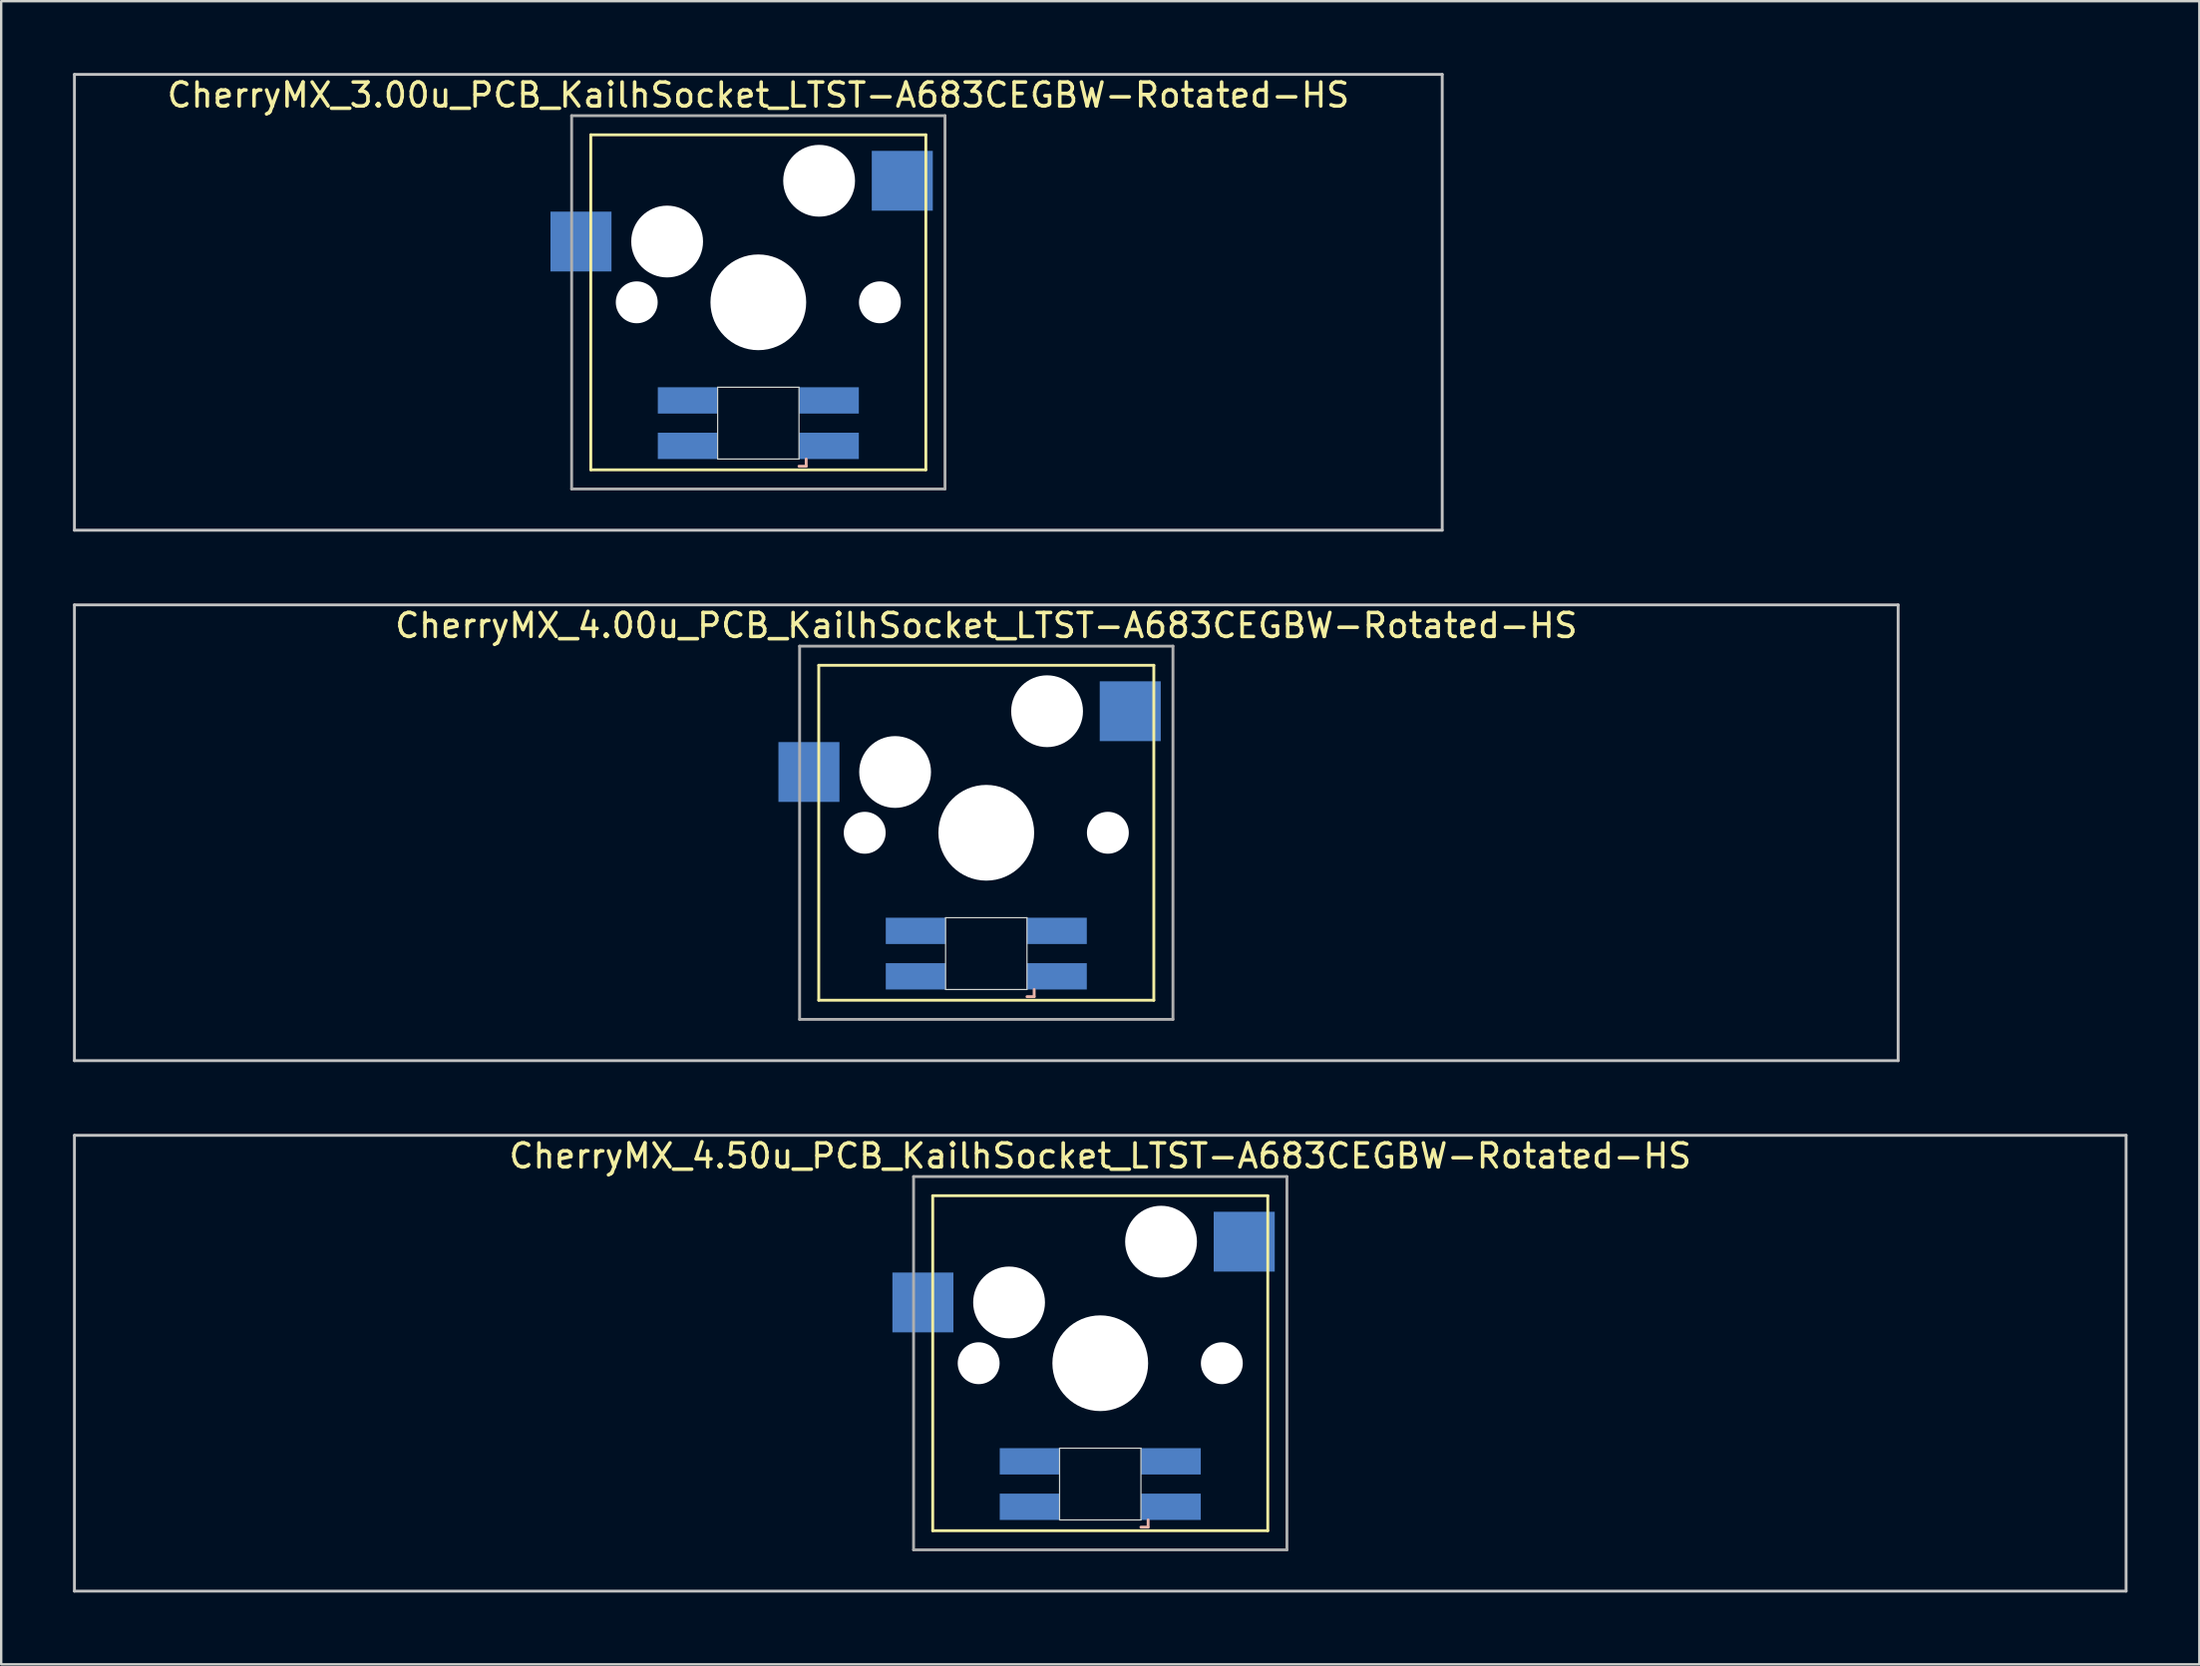
<source format=kicad_pcb>
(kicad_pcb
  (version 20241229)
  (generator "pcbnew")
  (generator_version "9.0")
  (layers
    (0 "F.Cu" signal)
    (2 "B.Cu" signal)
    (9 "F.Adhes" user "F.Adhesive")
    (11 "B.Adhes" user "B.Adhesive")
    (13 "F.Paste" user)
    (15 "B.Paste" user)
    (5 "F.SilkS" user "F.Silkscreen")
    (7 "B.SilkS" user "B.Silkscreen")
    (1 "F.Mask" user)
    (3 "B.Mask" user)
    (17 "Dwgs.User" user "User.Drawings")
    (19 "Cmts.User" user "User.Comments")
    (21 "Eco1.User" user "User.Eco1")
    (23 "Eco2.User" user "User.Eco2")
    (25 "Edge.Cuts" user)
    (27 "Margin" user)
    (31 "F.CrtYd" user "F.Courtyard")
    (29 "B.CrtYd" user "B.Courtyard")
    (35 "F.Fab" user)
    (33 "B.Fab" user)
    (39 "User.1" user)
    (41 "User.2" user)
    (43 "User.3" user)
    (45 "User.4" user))
  (footprint "CherryMX_4.50u_PCB_KailhSocket_LTST-A683CEGBW-Rotated-HS"
    (layer "F.Cu")
    (at 42.922 53.925)
    (property "Reference" "CherryMX_4.50u_PCB_KailhSocket_LTST-A683CEGBW-Rotated-HS" (at 0 -8.662 0) (layer "F.SilkS") (effects (font (size 1 1) (thickness 0.15))))
    (attr through_hole)
    (fp_line (start -7 -7) (end -7 7) (stroke (width 0.12) (type solid)) (layer "F.SilkS"))
    (fp_line (start -7 -7) (end 7 -7) (stroke (width 0.12) (type solid)) (layer "F.SilkS"))
    (fp_line (start 7 -7) (end 7 7) (stroke (width 0.12) (type solid)) (layer "F.SilkS"))
    (fp_line (start 7 7) (end -7 7) (stroke (width 0.12) (type solid)) (layer "F.SilkS"))
    (fp_line (start 1.7 6.85) (end 2 6.85) (stroke (width 0.12) (type solid)) (layer "B.SilkS"))
    (fp_line (start 2 6.85) (end 2 6.55) (stroke (width 0.12) (type solid)) (layer "B.SilkS"))
    (fp_line (start -42.862 -9.525) (end 42.862 -9.525) (stroke (width 0.12) (type solid)) (layer "Dwgs.User"))
    (fp_line (start -42.862 9.525) (end -42.862 -9.525) (stroke (width 0.12) (type solid)) (layer "Dwgs.User"))
    (fp_line (start 42.862 -9.525) (end 42.862 9.525) (stroke (width 0.12) (type solid)) (layer "Dwgs.User"))
    (fp_line (start 42.862 9.525) (end -42.862 9.525) (stroke (width 0.12) (type solid)) (layer "Dwgs.User"))
    (fp_line (start -1.7 3.55) (end 1.7 3.55) (stroke (width 0.05) (type solid)) (layer "Edge.Cuts"))
    (fp_line (start -1.7 6.55) (end -1.7 3.55) (stroke (width 0.05) (type solid)) (layer "Edge.Cuts"))
    (fp_line (start 1.7 3.55) (end 1.7 6.55) (stroke (width 0.05) (type solid)) (layer "Edge.Cuts"))
    (fp_line (start 1.7 6.55) (end -1.7 6.55) (stroke (width 0.05) (type solid)) (layer "Edge.Cuts"))
    (fp_line (start -7.8 -7.8) (end -7.8 7.8) (stroke (width 0.12) (type solid)) (layer "F.Fab"))
    (fp_line (start -7.8 -7.8) (end 7.8 -7.8) (stroke (width 0.12) (type solid)) (layer "F.Fab"))
    (fp_line (start -7.8 7.8) (end 7.8 7.8) (stroke (width 0.12) (type solid)) (layer "F.Fab"))
    (fp_line (start 7.8 -7.8) (end 7.8 7.8) (stroke (width 0.12) (type solid)) (layer "F.Fab"))
    (pad "" np_thru_hole circle (at -5.08 0) (size 1.75 1.75) (drill 1.75) (layers "*.Cu" "*.Mask"))
    (pad "" np_thru_hole circle (at -3.81 -2.54) (size 3 3) (drill 3) (layers "*.Cu" "*.Mask"))
    (pad "" np_thru_hole circle (at 0 0) (size 4 4) (drill 4) (layers "*.Cu" "*.Mask"))
    (pad "" np_thru_hole circle (at 2.54 -5.08) (size 3 3) (drill 3) (layers "*.Cu" "*.Mask"))
    (pad "" np_thru_hole circle (at 5.08 0) (size 1.75 1.75) (drill 1.75) (layers "*.Cu" "*.Mask"))
    (pad "1" smd rect (at -7.41 -2.54) (size 2.55 2.5) (layers "B.Cu" "B.Mask" "B.Paste"))
    (pad "2" smd rect (at 6.015 -5.08) (size 2.55 2.5) (layers "B.Cu" "B.Mask" "B.Paste"))
    (pad "3" smd rect (at 2.95 6) (size 2.5 1.1) (layers "B.Cu" "B.Mask" "B.Paste"))
    (pad "4" smd rect (at 2.95 4.1) (size 2.5 1.1) (layers "B.Cu" "B.Mask" "B.Paste"))
    (pad "5" smd rect (at -2.95 6) (size 2.5 1.1) (layers "B.Cu" "B.Mask" "B.Paste"))
    (pad "6" smd rect (at -2.95 4.1) (size 2.5 1.1) (layers "B.Cu" "B.Mask" "B.Paste")))
  (footprint "CherryMX_3.00u_PCB_KailhSocket_LTST-A683CEGBW-Rotated-HS"
    (layer "F.Cu")
    (at 28.635 9.585)
    (property "Reference" "CherryMX_3.00u_PCB_KailhSocket_LTST-A683CEGBW-Rotated-HS" (at 0 -8.662 0) (layer "F.SilkS") (effects (font (size 1 1) (thickness 0.15))))
    (attr through_hole)
    (fp_line (start -7 -7) (end -7 7) (stroke (width 0.12) (type solid)) (layer "F.SilkS"))
    (fp_line (start -7 -7) (end 7 -7) (stroke (width 0.12) (type solid)) (layer "F.SilkS"))
    (fp_line (start 7 -7) (end 7 7) (stroke (width 0.12) (type solid)) (layer "F.SilkS"))
    (fp_line (start 7 7) (end -7 7) (stroke (width 0.12) (type solid)) (layer "F.SilkS"))
    (fp_line (start 1.7 6.85) (end 2 6.85) (stroke (width 0.12) (type solid)) (layer "B.SilkS"))
    (fp_line (start 2 6.85) (end 2 6.55) (stroke (width 0.12) (type solid)) (layer "B.SilkS"))
    (fp_line (start -28.575 -9.525) (end 28.575 -9.525) (stroke (width 0.12) (type solid)) (layer "Dwgs.User"))
    (fp_line (start -28.575 9.525) (end -28.575 -9.525) (stroke (width 0.12) (type solid)) (layer "Dwgs.User"))
    (fp_line (start 28.575 -9.525) (end 28.575 9.525) (stroke (width 0.12) (type solid)) (layer "Dwgs.User"))
    (fp_line (start 28.575 9.525) (end -28.575 9.525) (stroke (width 0.12) (type solid)) (layer "Dwgs.User"))
    (fp_line (start -1.7 3.55) (end 1.7 3.55) (stroke (width 0.05) (type solid)) (layer "Edge.Cuts"))
    (fp_line (start -1.7 6.55) (end -1.7 3.55) (stroke (width 0.05) (type solid)) (layer "Edge.Cuts"))
    (fp_line (start 1.7 3.55) (end 1.7 6.55) (stroke (width 0.05) (type solid)) (layer "Edge.Cuts"))
    (fp_line (start 1.7 6.55) (end -1.7 6.55) (stroke (width 0.05) (type solid)) (layer "Edge.Cuts"))
    (fp_line (start -7.8 -7.8) (end -7.8 7.8) (stroke (width 0.12) (type solid)) (layer "F.Fab"))
    (fp_line (start -7.8 -7.8) (end 7.8 -7.8) (stroke (width 0.12) (type solid)) (layer "F.Fab"))
    (fp_line (start -7.8 7.8) (end 7.8 7.8) (stroke (width 0.12) (type solid)) (layer "F.Fab"))
    (fp_line (start 7.8 -7.8) (end 7.8 7.8) (stroke (width 0.12) (type solid)) (layer "F.Fab"))
    (pad "" np_thru_hole circle (at -5.08 0) (size 1.75 1.75) (drill 1.75) (layers "*.Cu" "*.Mask"))
    (pad "" np_thru_hole circle (at -3.81 -2.54) (size 3 3) (drill 3) (layers "*.Cu" "*.Mask"))
    (pad "" np_thru_hole circle (at 0 0) (size 4 4) (drill 4) (layers "*.Cu" "*.Mask"))
    (pad "" np_thru_hole circle (at 2.54 -5.08) (size 3 3) (drill 3) (layers "*.Cu" "*.Mask"))
    (pad "" np_thru_hole circle (at 5.08 0) (size 1.75 1.75) (drill 1.75) (layers "*.Cu" "*.Mask"))
    (pad "1" smd rect (at -7.41 -2.54) (size 2.55 2.5) (layers "B.Cu" "B.Mask" "B.Paste"))
    (pad "2" smd rect (at 6.015 -5.08) (size 2.55 2.5) (layers "B.Cu" "B.Mask" "B.Paste"))
    (pad "3" smd rect (at 2.95 6) (size 2.5 1.1) (layers "B.Cu" "B.Mask" "B.Paste"))
    (pad "4" smd rect (at 2.95 4.1) (size 2.5 1.1) (layers "B.Cu" "B.Mask" "B.Paste"))
    (pad "5" smd rect (at -2.95 6) (size 2.5 1.1) (layers "B.Cu" "B.Mask" "B.Paste"))
    (pad "6" smd rect (at -2.95 4.1) (size 2.5 1.1) (layers "B.Cu" "B.Mask" "B.Paste")))
  (footprint "CherryMX_4.00u_PCB_KailhSocket_LTST-A683CEGBW-Rotated-HS"
    (layer "F.Cu")
    (at 38.16 31.755)
    (property "Reference" "CherryMX_4.00u_PCB_KailhSocket_LTST-A683CEGBW-Rotated-HS" (at 0 -8.662 0) (layer "F.SilkS") (effects (font (size 1 1) (thickness 0.15))))
    (attr through_hole)
    (fp_line (start -7 -7) (end -7 7) (stroke (width 0.12) (type solid)) (layer "F.SilkS"))
    (fp_line (start -7 -7) (end 7 -7) (stroke (width 0.12) (type solid)) (layer "F.SilkS"))
    (fp_line (start 7 -7) (end 7 7) (stroke (width 0.12) (type solid)) (layer "F.SilkS"))
    (fp_line (start 7 7) (end -7 7) (stroke (width 0.12) (type solid)) (layer "F.SilkS"))
    (fp_line (start 1.7 6.85) (end 2 6.85) (stroke (width 0.12) (type solid)) (layer "B.SilkS"))
    (fp_line (start 2 6.85) (end 2 6.55) (stroke (width 0.12) (type solid)) (layer "B.SilkS"))
    (fp_line (start -38.1 -9.525) (end 38.1 -9.525) (stroke (width 0.12) (type solid)) (layer "Dwgs.User"))
    (fp_line (start -38.1 9.525) (end -38.1 -9.525) (stroke (width 0.12) (type solid)) (layer "Dwgs.User"))
    (fp_line (start 38.1 -9.525) (end 38.1 9.525) (stroke (width 0.12) (type solid)) (layer "Dwgs.User"))
    (fp_line (start 38.1 9.525) (end -38.1 9.525) (stroke (width 0.12) (type solid)) (layer "Dwgs.User"))
    (fp_line (start -1.7 3.55) (end 1.7 3.55) (stroke (width 0.05) (type solid)) (layer "Edge.Cuts"))
    (fp_line (start -1.7 6.55) (end -1.7 3.55) (stroke (width 0.05) (type solid)) (layer "Edge.Cuts"))
    (fp_line (start 1.7 3.55) (end 1.7 6.55) (stroke (width 0.05) (type solid)) (layer "Edge.Cuts"))
    (fp_line (start 1.7 6.55) (end -1.7 6.55) (stroke (width 0.05) (type solid)) (layer "Edge.Cuts"))
    (fp_line (start -7.8 -7.8) (end -7.8 7.8) (stroke (width 0.12) (type solid)) (layer "F.Fab"))
    (fp_line (start -7.8 -7.8) (end 7.8 -7.8) (stroke (width 0.12) (type solid)) (layer "F.Fab"))
    (fp_line (start -7.8 7.8) (end 7.8 7.8) (stroke (width 0.12) (type solid)) (layer "F.Fab"))
    (fp_line (start 7.8 -7.8) (end 7.8 7.8) (stroke (width 0.12) (type solid)) (layer "F.Fab"))
    (pad "" np_thru_hole circle (at -5.08 0) (size 1.75 1.75) (drill 1.75) (layers "*.Cu" "*.Mask"))
    (pad "" np_thru_hole circle (at -3.81 -2.54) (size 3 3) (drill 3) (layers "*.Cu" "*.Mask"))
    (pad "" np_thru_hole circle (at 0 0) (size 4 4) (drill 4) (layers "*.Cu" "*.Mask"))
    (pad "" np_thru_hole circle (at 2.54 -5.08) (size 3 3) (drill 3) (layers "*.Cu" "*.Mask"))
    (pad "" np_thru_hole circle (at 5.08 0) (size 1.75 1.75) (drill 1.75) (layers "*.Cu" "*.Mask"))
    (pad "1" smd rect (at -7.41 -2.54) (size 2.55 2.5) (layers "B.Cu" "B.Mask" "B.Paste"))
    (pad "2" smd rect (at 6.015 -5.08) (size 2.55 2.5) (layers "B.Cu" "B.Mask" "B.Paste"))
    (pad "3" smd rect (at 2.95 6) (size 2.5 1.1) (layers "B.Cu" "B.Mask" "B.Paste"))
    (pad "4" smd rect (at 2.95 4.1) (size 2.5 1.1) (layers "B.Cu" "B.Mask" "B.Paste"))
    (pad "5" smd rect (at -2.95 6) (size 2.5 1.1) (layers "B.Cu" "B.Mask" "B.Paste"))
    (pad "6" smd rect (at -2.95 4.1) (size 2.5 1.1) (layers "B.Cu" "B.Mask" "B.Paste")))
  (gr_rect
    (start -3 -3)
    (end 88.845 66.51)
    (stroke (width 0.1) (type default))
    (fill no)
    (layer "Edge.Cuts")))
</source>
